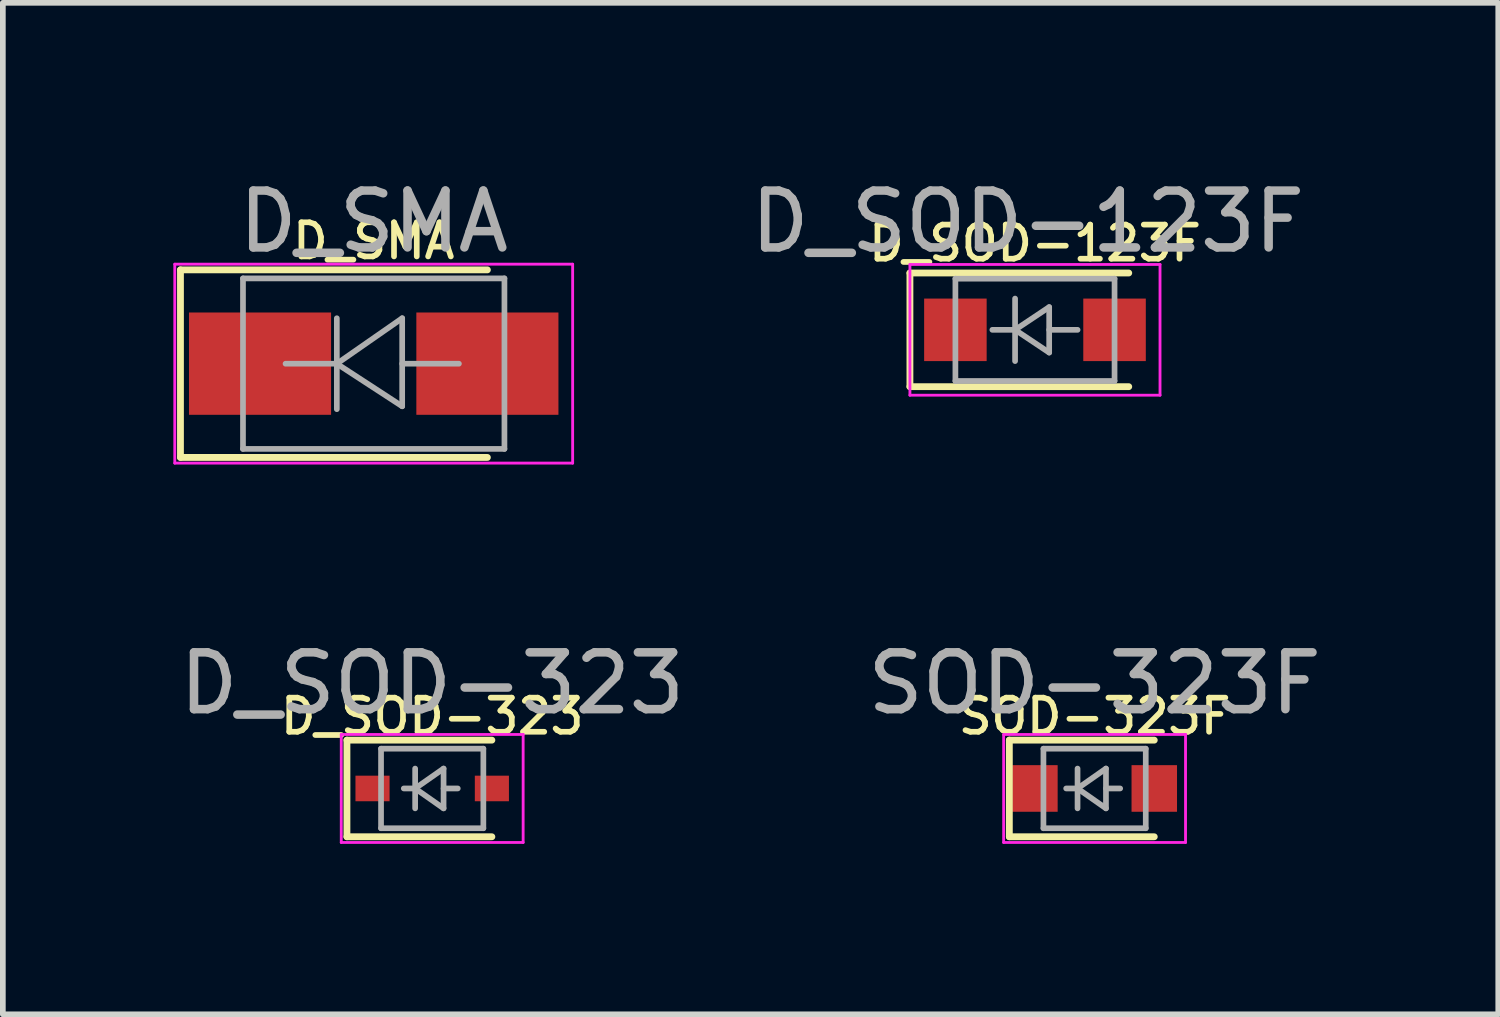
<source format=kicad_pcb>
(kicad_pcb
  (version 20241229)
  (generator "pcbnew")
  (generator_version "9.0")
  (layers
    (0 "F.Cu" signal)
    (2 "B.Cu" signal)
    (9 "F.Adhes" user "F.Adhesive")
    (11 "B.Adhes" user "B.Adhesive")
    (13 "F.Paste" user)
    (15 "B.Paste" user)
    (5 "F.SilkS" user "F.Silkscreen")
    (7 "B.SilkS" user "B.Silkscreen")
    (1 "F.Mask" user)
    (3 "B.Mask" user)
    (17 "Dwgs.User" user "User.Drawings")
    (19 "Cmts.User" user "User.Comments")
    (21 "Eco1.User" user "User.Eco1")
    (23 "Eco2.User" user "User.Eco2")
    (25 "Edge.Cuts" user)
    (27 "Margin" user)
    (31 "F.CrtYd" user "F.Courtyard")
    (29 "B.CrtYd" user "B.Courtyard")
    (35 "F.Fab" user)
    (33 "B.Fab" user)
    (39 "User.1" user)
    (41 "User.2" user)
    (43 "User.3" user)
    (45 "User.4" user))
  (footprint "D_SOD-323"
    (layer "F.Cu")
    (at 4.554 10.822)
    (property "Reference" "D_SOD-323" (at 0 -1.27 0) (layer "F.SilkS") (effects (font (size 0.6 0.6) (thickness 0.1))))
    (attr smd)
    (fp_line (start -1.5 -0.85) (end -1.5 0.85) (stroke (width 0.12) (type solid)) (layer "F.SilkS"))
    (fp_line (start -1.5 -0.85) (end 1.05 -0.85) (stroke (width 0.12) (type solid)) (layer "F.SilkS"))
    (fp_line (start -1.5 0.85) (end 1.05 0.85) (stroke (width 0.12) (type solid)) (layer "F.SilkS"))
    (fp_line (start -1.6 -0.95) (end -1.6 0.95) (stroke (width 0.05) (type solid)) (layer "F.CrtYd"))
    (fp_line (start -1.6 -0.95) (end 1.6 -0.95) (stroke (width 0.05) (type solid)) (layer "F.CrtYd"))
    (fp_line (start -1.6 0.95) (end 1.6 0.95) (stroke (width 0.05) (type solid)) (layer "F.CrtYd"))
    (fp_line (start 1.6 -0.95) (end 1.6 0.95) (stroke (width 0.05) (type solid)) (layer "F.CrtYd"))
    (fp_line (start -0.9 -0.7) (end 0.9 -0.7) (stroke (width 0.1) (type solid)) (layer "F.Fab"))
    (fp_line (start -0.9 0.7) (end -0.9 -0.7) (stroke (width 0.1) (type solid)) (layer "F.Fab"))
    (fp_line (start -0.3 -0.35) (end -0.3 0.35) (stroke (width 0.1) (type solid)) (layer "F.Fab"))
    (fp_line (start -0.3 0) (end -0.5 0) (stroke (width 0.1) (type solid)) (layer "F.Fab"))
    (fp_line (start -0.3 0) (end 0.2 -0.35) (stroke (width 0.1) (type solid)) (layer "F.Fab"))
    (fp_line (start 0.2 -0.35) (end 0.2 0.35) (stroke (width 0.1) (type solid)) (layer "F.Fab"))
    (fp_line (start 0.2 0) (end 0.45 0) (stroke (width 0.1) (type solid)) (layer "F.Fab"))
    (fp_line (start 0.2 0.35) (end -0.3 0) (stroke (width 0.1) (type solid)) (layer "F.Fab"))
    (fp_line (start 0.9 -0.7) (end 0.9 0.7) (stroke (width 0.1) (type solid)) (layer "F.Fab"))
    (fp_line (start 0.9 0.7) (end -0.9 0.7) (stroke (width 0.1) (type solid)) (layer "F.Fab"))
    (fp_text user "${REFERENCE}" (at 0 -1.85 0) (layer "F.Fab") (effects (font (size 1 1) (thickness 0.15))))
    (pad "1" smd rect (at -1.05 0) (size 0.6 0.45) (layers "F.Cu" "F.Mask" "F.Paste"))
    (pad "2" smd rect (at 1.05 0) (size 0.6 0.45) (layers "F.Cu" "F.Mask" "F.Paste")))
  (footprint "SOD-323F"
    (layer "F.Cu")
    (at 16.208 10.822)
    (property "Reference" "SOD-323F" (at 0 -1.27 0) (layer "F.SilkS") (effects (font (size 0.6 0.6) (thickness 0.1))))
    (attr smd)
    (fp_line (start -1.5 -0.85) (end -1.5 0.85) (stroke (width 0.12) (type solid)) (layer "F.SilkS"))
    (fp_line (start -1.5 -0.85) (end 1.05 -0.85) (stroke (width 0.12) (type solid)) (layer "F.SilkS"))
    (fp_line (start -1.5 0.85) (end 1.05 0.85) (stroke (width 0.12) (type solid)) (layer "F.SilkS"))
    (fp_line (start -1.6 -0.95) (end -1.6 0.95) (stroke (width 0.05) (type solid)) (layer "F.CrtYd"))
    (fp_line (start -1.6 -0.95) (end 1.6 -0.95) (stroke (width 0.05) (type solid)) (layer "F.CrtYd"))
    (fp_line (start -1.6 0.95) (end 1.6 0.95) (stroke (width 0.05) (type solid)) (layer "F.CrtYd"))
    (fp_line (start 1.6 -0.95) (end 1.6 0.95) (stroke (width 0.05) (type solid)) (layer "F.CrtYd"))
    (fp_line (start -0.9 -0.7) (end 0.9 -0.7) (stroke (width 0.1) (type solid)) (layer "F.Fab"))
    (fp_line (start -0.9 0.7) (end -0.9 -0.7) (stroke (width 0.1) (type solid)) (layer "F.Fab"))
    (fp_line (start -0.3 -0.35) (end -0.3 0.35) (stroke (width 0.1) (type solid)) (layer "F.Fab"))
    (fp_line (start -0.3 0) (end -0.5 0) (stroke (width 0.1) (type solid)) (layer "F.Fab"))
    (fp_line (start -0.3 0) (end 0.2 -0.35) (stroke (width 0.1) (type solid)) (layer "F.Fab"))
    (fp_line (start 0.2 -0.35) (end 0.2 0.35) (stroke (width 0.1) (type solid)) (layer "F.Fab"))
    (fp_line (start 0.2 0) (end 0.45 0) (stroke (width 0.1) (type solid)) (layer "F.Fab"))
    (fp_line (start 0.2 0.35) (end -0.3 0) (stroke (width 0.1) (type solid)) (layer "F.Fab"))
    (fp_line (start 0.9 -0.7) (end 0.9 0.7) (stroke (width 0.1) (type solid)) (layer "F.Fab"))
    (fp_line (start 0.9 0.7) (end -0.9 0.7) (stroke (width 0.1) (type solid)) (layer "F.Fab"))
    (fp_text user "${REFERENCE}" (at 0 -1.85 0) (layer "F.Fab") (effects (font (size 1 1) (thickness 0.15))))
    (pad "1" smd rect (at -1.05 0) (size 0.8 0.82) (layers "F.Cu" "F.Mask" "F.Paste"))
    (pad "2" smd rect (at 1.05 0) (size 0.8 0.82) (layers "F.Cu" "F.Mask" "F.Paste")))
  (footprint "D_SOD-123F"
    (layer "F.Cu")
    (at 15.159 2.753)
    (property "Reference" "D_SOD-123F" (at 0 -1.524 0) (layer "F.SilkS") (effects (font (size 0.6 0.6) (thickness 0.1))))
    (attr smd)
    (fp_line (start -2.2 -1) (end -2.2 1) (stroke (width 0.12) (type solid)) (layer "F.SilkS"))
    (fp_line (start -2.2 -1) (end 1.65 -1) (stroke (width 0.12) (type solid)) (layer "F.SilkS"))
    (fp_line (start -2.2 1) (end 1.65 1) (stroke (width 0.12) (type solid)) (layer "F.SilkS"))
    (fp_line (start -2.2 -1.15) (end -2.2 1.15) (stroke (width 0.05) (type solid)) (layer "F.CrtYd"))
    (fp_line (start -2.2 -1.15) (end 2.2 -1.15) (stroke (width 0.05) (type solid)) (layer "F.CrtYd"))
    (fp_line (start 2.2 -1.15) (end 2.2 1.15) (stroke (width 0.05) (type solid)) (layer "F.CrtYd"))
    (fp_line (start 2.2 1.15) (end -2.2 1.15) (stroke (width 0.05) (type solid)) (layer "F.CrtYd"))
    (fp_line (start -1.4 -0.9) (end 1.4 -0.9) (stroke (width 0.1) (type solid)) (layer "F.Fab"))
    (fp_line (start -1.4 0.9) (end -1.4 -0.9) (stroke (width 0.1) (type solid)) (layer "F.Fab"))
    (fp_line (start -0.75 0) (end -0.35 0) (stroke (width 0.1) (type solid)) (layer "F.Fab"))
    (fp_line (start -0.35 0) (end -0.35 -0.55) (stroke (width 0.1) (type solid)) (layer "F.Fab"))
    (fp_line (start -0.35 0) (end -0.35 0.55) (stroke (width 0.1) (type solid)) (layer "F.Fab"))
    (fp_line (start -0.35 0) (end 0.25 -0.4) (stroke (width 0.1) (type solid)) (layer "F.Fab"))
    (fp_line (start 0.25 -0.4) (end 0.25 0.4) (stroke (width 0.1) (type solid)) (layer "F.Fab"))
    (fp_line (start 0.25 0) (end 0.75 0) (stroke (width 0.1) (type solid)) (layer "F.Fab"))
    (fp_line (start 0.25 0.4) (end -0.35 0) (stroke (width 0.1) (type solid)) (layer "F.Fab"))
    (fp_line (start 1.4 -0.9) (end 1.4 0.9) (stroke (width 0.1) (type solid)) (layer "F.Fab"))
    (fp_line (start 1.4 0.9) (end -1.4 0.9) (stroke (width 0.1) (type solid)) (layer "F.Fab"))
    (fp_text user "${REFERENCE}" (at -0.127 -1.905 0) (layer "F.Fab") (effects (font (size 1 1) (thickness 0.15))))
    (pad "1" smd rect (at -1.4 0) (size 1.1 1.1) (layers "F.Cu" "F.Mask" "F.Paste"))
    (pad "2" smd rect (at 1.4 0) (size 1.1 1.1) (layers "F.Cu" "F.Mask" "F.Paste")))
  (footprint "D_SMA"
    (layer "F.Cu")
    (at 3.525 3.348)
    (property "Reference" "D_SMA" (at 0 -2.159 0) (layer "F.SilkS") (effects (font (size 0.6 0.6) (thickness 0.1))))
    (attr smd)
    (fp_line (start -3.4 -1.65) (end -3.4 1.65) (stroke (width 0.12) (type solid)) (layer "F.SilkS"))
    (fp_line (start -3.4 -1.65) (end 2 -1.65) (stroke (width 0.12) (type solid)) (layer "F.SilkS"))
    (fp_line (start -3.4 1.65) (end 2 1.65) (stroke (width 0.12) (type solid)) (layer "F.SilkS"))
    (fp_line (start -3.5 -1.75) (end 3.5 -1.75) (stroke (width 0.05) (type solid)) (layer "F.CrtYd"))
    (fp_line (start -3.5 1.75) (end -3.5 -1.75) (stroke (width 0.05) (type solid)) (layer "F.CrtYd"))
    (fp_line (start 3.5 -1.75) (end 3.5 1.75) (stroke (width 0.05) (type solid)) (layer "F.CrtYd"))
    (fp_line (start 3.5 1.75) (end -3.5 1.75) (stroke (width 0.05) (type solid)) (layer "F.CrtYd"))
    (fp_line (start -2.3 1.5) (end -2.3 -1.5) (stroke (width 0.1) (type solid)) (layer "F.Fab"))
    (fp_line (start -0.649 -0.799) (end -0.649 0.801) (stroke (width 0.1) (type solid)) (layer "F.Fab"))
    (fp_line (start -0.649 0.001) (end -1.551 0.001) (stroke (width 0.1) (type solid)) (layer "F.Fab"))
    (fp_line (start -0.649 0.001) (end 0.501 -0.799) (stroke (width 0.1) (type solid)) (layer "F.Fab"))
    (fp_line (start -0.649 0.001) (end 0.501 0.75) (stroke (width 0.1) (type solid)) (layer "F.Fab"))
    (fp_line (start 0.501 0.001) (end 1.499 0.001) (stroke (width 0.1) (type solid)) (layer "F.Fab"))
    (fp_line (start 0.501 0.75) (end 0.501 -0.799) (stroke (width 0.1) (type solid)) (layer "F.Fab"))
    (fp_line (start 2.3 -1.5) (end -2.3 -1.5) (stroke (width 0.1) (type solid)) (layer "F.Fab"))
    (fp_line (start 2.3 -1.5) (end 2.3 1.5) (stroke (width 0.1) (type solid)) (layer "F.Fab"))
    (fp_line (start 2.3 1.5) (end -2.3 1.5) (stroke (width 0.1) (type solid)) (layer "F.Fab"))
    (fp_text user "${REFERENCE}" (at 0 -2.5 0) (layer "F.Fab") (effects (font (size 1 1) (thickness 0.15))))
    (pad "1" smd rect (at -2 0) (size 2.5 1.8) (layers "F.Cu" "F.Mask" "F.Paste"))
    (pad "2" smd rect (at 2 0) (size 2.5 1.8) (layers "F.Cu" "F.Mask" "F.Paste")))
  (gr_rect
    (start -3 -3)
    (end 23.31 14.796)
    (stroke (width 0.1) (type default))
    (fill no)
    (layer "Edge.Cuts")))
</source>
